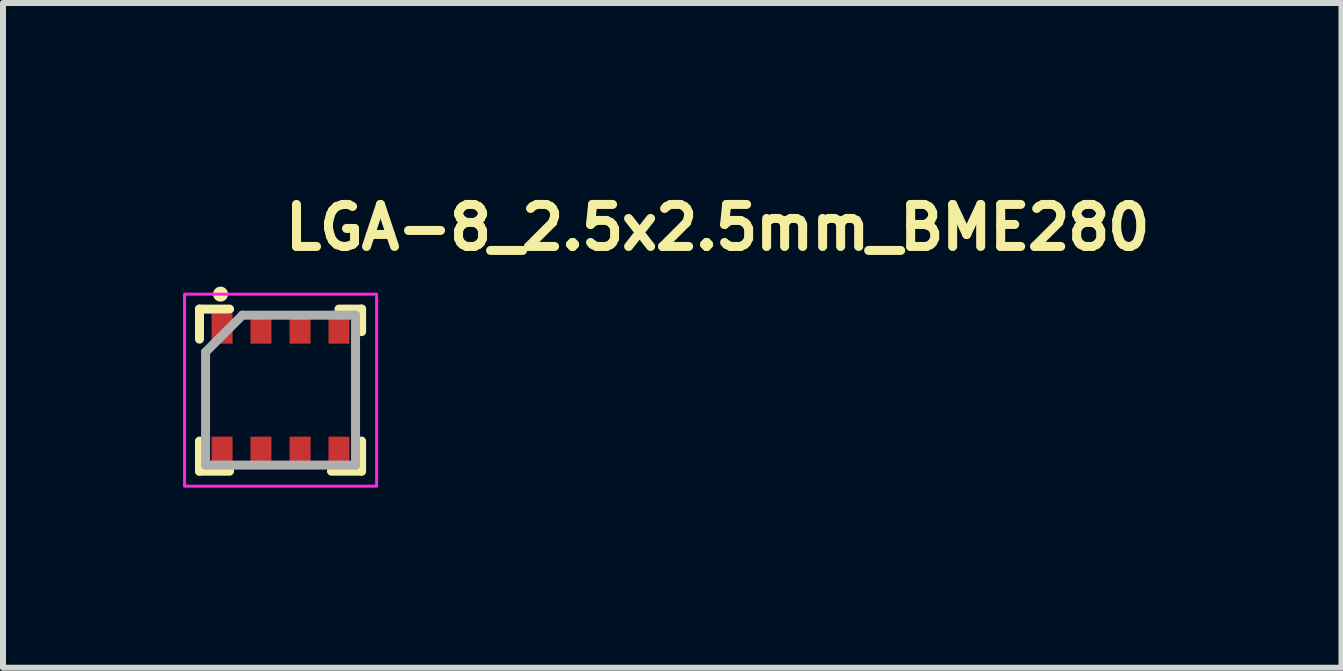
<source format=kicad_pcb>
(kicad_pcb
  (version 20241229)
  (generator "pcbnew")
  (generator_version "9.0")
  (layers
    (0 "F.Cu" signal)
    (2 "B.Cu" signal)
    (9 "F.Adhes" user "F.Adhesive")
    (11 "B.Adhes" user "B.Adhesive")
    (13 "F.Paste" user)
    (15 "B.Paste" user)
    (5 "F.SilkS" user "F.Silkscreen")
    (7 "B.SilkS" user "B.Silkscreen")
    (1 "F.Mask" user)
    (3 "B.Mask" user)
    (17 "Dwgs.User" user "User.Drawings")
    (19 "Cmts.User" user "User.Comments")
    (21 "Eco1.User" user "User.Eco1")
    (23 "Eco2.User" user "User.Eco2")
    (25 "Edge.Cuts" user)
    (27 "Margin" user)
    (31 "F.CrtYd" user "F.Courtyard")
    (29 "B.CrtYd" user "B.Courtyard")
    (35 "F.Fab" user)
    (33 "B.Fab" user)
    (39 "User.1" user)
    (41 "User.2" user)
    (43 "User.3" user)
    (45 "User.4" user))
  (footprint "LGA-8_2.5x2.5mm_BME280"
    (layer "F.Cu")
    (at 1.625 3.451)
    (property "Reference" "LGA-8_2.5x2.5mm_BME280" (at 0 -2.301 0) (layer "F.SilkS") (effects (font (size 0.7 0.7) (thickness 0.15)) (justify left bottom)))
    (attr smd)
    (fp_line (start -1.351 -1.351) (end -1.351 -0.85) (stroke (width 0.15) (type solid)) (layer "F.SilkS"))
    (fp_line (start -1.351 -1.351) (end -0.85 -1.351) (stroke (width 0.15) (type solid)) (layer "F.SilkS"))
    (fp_line (start -1.351 1.35) (end -1.351 0.848) (stroke (width 0.15) (type solid)) (layer "F.SilkS"))
    (fp_line (start -1.351 1.35) (end -0.85 1.35) (stroke (width 0.15) (type solid)) (layer "F.SilkS"))
    (fp_line (start 1.35 -1.351) (end 0.973 -1.351) (stroke (width 0.15) (type solid)) (layer "F.SilkS"))
    (fp_line (start 1.35 -1.351) (end 1.35 -0.975) (stroke (width 0.15) (type solid)) (layer "F.SilkS"))
    (fp_line (start 1.35 1.35) (end 0.848 1.35) (stroke (width 0.15) (type solid)) (layer "F.SilkS"))
    (fp_line (start 1.35 1.35) (end 1.35 0.848) (stroke (width 0.15) (type solid)) (layer "F.SilkS"))
    (fp_circle (center -1 -1.6) (end -0.95 -1.6) (stroke (width 0.15) (type solid)) (fill yes) (layer "F.SilkS"))
    (fp_rect (start -1.6 -1.6) (end 1.6 1.6) (stroke (width 0.05) (type solid)) (fill no) (layer "F.CrtYd"))
    (fp_line (start -1.25 1.249) (end -1.25 -0.635) (stroke (width 0.15) (type solid)) (layer "F.Fab"))
    (fp_line (start -0.635 -1.25) (end -1.25 -0.635) (stroke (width 0.15) (type solid)) (layer "F.Fab"))
    (fp_line (start -0.635 -1.25) (end 1.249 -1.25) (stroke (width 0.15) (type solid)) (layer "F.Fab"))
    (fp_line (start 1.249 -1.25) (end 1.249 1.249) (stroke (width 0.15) (type solid)) (layer "F.Fab"))
    (fp_line (start 1.249 1.249) (end -1.25 1.249) (stroke (width 0.15) (type solid)) (layer "F.Fab"))
    (fp_rect (start -1.25 -1.25) (end 1.249 1.249) (stroke (width 0.1) (type solid)) (fill no) (layer "User.5"))
    (fp_line (start -1.25 -1.25) (end -1.25 1.249) (stroke (width 0.02) (type solid)) (layer "User.9"))
    (fp_line (start -1.25 1.249) (end 1.249 1.249) (stroke (width 0.02) (type solid)) (layer "User.9"))
    (fp_line (start -1.151 -1.043) (end -1.151 -1.037) (stroke (width 0.02) (type solid)) (layer "User.9"))
    (fp_line (start -1.151 -1.037) (end -1.151 -1.031) (stroke (width 0.02) (type solid)) (layer "User.9"))
    (fp_line (start -1.151 -1.031) (end -1.151 -0.802) (stroke (width 0.02) (type solid)) (layer "User.9"))
    (fp_line (start -1.151 -0.802) (end -1.151 0.8) (stroke (width 0.02) (type solid)) (layer "User.9"))
    (fp_line (start -1.151 0.8) (end -1.151 1.03) (stroke (width 0.02) (type solid)) (layer "User.9"))
    (fp_line (start -1.151 1.03) (end -1.151 1.034) (stroke (width 0.02) (type solid)) (layer "User.9"))
    (fp_line (start -1.151 1.034) (end -1.151 1.04) (stroke (width 0.02) (type solid)) (layer "User.9"))
    (fp_line (start -1.151 1.04) (end -1.149 1.046) (stroke (width 0.02) (type solid)) (layer "User.9"))
    (fp_line (start -1.149 -1.055) (end -1.149 -1.049) (stroke (width 0.02) (type solid)) (layer "User.9"))
    (fp_line (start -1.149 -1.049) (end -1.151 -1.043) (stroke (width 0.02) (type solid)) (layer "User.9"))
    (fp_line (start -1.149 1.046) (end -1.149 1.052) (stroke (width 0.02) (type solid)) (layer "User.9"))
    (fp_line (start -1.149 1.052) (end -1.147 1.058) (stroke (width 0.02) (type solid)) (layer "User.9"))
    (fp_line (start -1.147 -1.061) (end -1.149 -1.055) (stroke (width 0.02) (type solid)) (layer "User.9"))
    (fp_line (start -1.147 1.058) (end -1.145 1.064) (stroke (width 0.02) (type solid)) (layer "User.9"))
    (fp_line (start -1.145 -1.065) (end -1.147 -1.061) (stroke (width 0.02) (type solid)) (layer "User.9"))
    (fp_line (start -1.145 1.064) (end -1.143 1.07) (stroke (width 0.02) (type solid)) (layer "User.9"))
    (fp_line (start -1.143 -1.071) (end -1.145 -1.065) (stroke (width 0.02) (type solid)) (layer "User.9"))
    (fp_line (start -1.143 1.07) (end -1.141 1.074) (stroke (width 0.02) (type solid)) (layer "User.9"))
    (fp_line (start -1.141 -1.077) (end -1.143 -1.071) (stroke (width 0.02) (type solid)) (layer "User.9"))
    (fp_line (start -1.141 1.074) (end -1.139 1.08) (stroke (width 0.02) (type solid)) (layer "User.9"))
    (fp_line (start -1.139 -1.083) (end -1.141 -1.077) (stroke (width 0.02) (type solid)) (layer "User.9"))
    (fp_line (start -1.139 1.08) (end -1.137 1.086) (stroke (width 0.02) (type solid)) (layer "User.9"))
    (fp_line (start -1.137 -1.087) (end -1.139 -1.083) (stroke (width 0.02) (type solid)) (layer "User.9"))
    (fp_line (start -1.137 1.086) (end -1.133 1.09) (stroke (width 0.02) (type solid)) (layer "User.9"))
    (fp_line (start -1.133 -1.093) (end -1.137 -1.087) (stroke (width 0.02) (type solid)) (layer "User.9"))
    (fp_line (start -1.133 1.09) (end -1.131 1.096) (stroke (width 0.02) (type solid)) (layer "User.9"))
    (fp_line (start -1.131 -1.097) (end -1.133 -1.093) (stroke (width 0.02) (type solid)) (layer "User.9"))
    (fp_line (start -1.131 1.096) (end -1.127 1.1) (stroke (width 0.02) (type solid)) (layer "User.9"))
    (fp_line (start -1.127 -1.103) (end -1.131 -1.097) (stroke (width 0.02) (type solid)) (layer "User.9"))
    (fp_line (start -1.127 1.1) (end -1.123 1.106) (stroke (width 0.02) (type solid)) (layer "User.9"))
    (fp_line (start -1.123 -1.107) (end -1.127 -1.103) (stroke (width 0.02) (type solid)) (layer "User.9"))
    (fp_line (start -1.123 1.106) (end -1.119 1.11) (stroke (width 0.02) (type solid)) (layer "User.9"))
    (fp_line (start -1.119 -1.111) (end -1.123 -1.107) (stroke (width 0.02) (type solid)) (layer "User.9"))
    (fp_line (start -1.119 1.11) (end -1.115 1.114) (stroke (width 0.02) (type solid)) (layer "User.9"))
    (fp_line (start -1.115 -1.115) (end -1.119 -1.111) (stroke (width 0.02) (type solid)) (layer "User.9"))
    (fp_line (start -1.115 -1.115) (end -1.115 -1.115) (stroke (width 0.02) (type solid)) (layer "User.9"))
    (fp_line (start -1.115 1.114) (end -1.115 1.114) (stroke (width 0.02) (type solid)) (layer "User.9"))
    (fp_line (start -1.115 1.114) (end -1.111 1.118) (stroke (width 0.02) (type solid)) (layer "User.9"))
    (fp_line (start -1.111 -1.119) (end -1.115 -1.115) (stroke (width 0.02) (type solid)) (layer "User.9"))
    (fp_line (start -1.111 1.118) (end -1.107 1.122) (stroke (width 0.02) (type solid)) (layer "User.9"))
    (fp_line (start -1.107 -1.123) (end -1.111 -1.119) (stroke (width 0.02) (type solid)) (layer "User.9"))
    (fp_line (start -1.107 1.122) (end -1.103 1.126) (stroke (width 0.02) (type solid)) (layer "User.9"))
    (fp_line (start -1.103 -1.127) (end -1.107 -1.123) (stroke (width 0.02) (type solid)) (layer "User.9"))
    (fp_line (start -1.103 1.126) (end -1.097 1.128) (stroke (width 0.02) (type solid)) (layer "User.9"))
    (fp_line (start -1.101 -0.816) (end -1.099 -0.831) (stroke (width 0.02) (type solid)) (layer "User.9"))
    (fp_line (start -1.101 -0.802) (end -1.101 -0.816) (stroke (width 0.02) (type solid)) (layer "User.9"))
    (fp_line (start -1.101 0.8) (end -1.101 -0.802) (stroke (width 0.02) (type solid)) (layer "User.9"))
    (fp_line (start -1.101 0.814) (end -1.101 0.8) (stroke (width 0.02) (type solid)) (layer "User.9"))
    (fp_line (start -1.099 -0.831) (end -1.097 -0.845) (stroke (width 0.02) (type solid)) (layer "User.9"))
    (fp_line (start -1.099 0.829) (end -1.101 0.814) (stroke (width 0.02) (type solid)) (layer "User.9"))
    (fp_line (start -1.097 -1.131) (end -1.103 -1.127) (stroke (width 0.02) (type solid)) (layer "User.9"))
    (fp_line (start -1.097 -0.845) (end -1.095 -0.859) (stroke (width 0.02) (type solid)) (layer "User.9"))
    (fp_line (start -1.097 0.843) (end -1.099 0.829) (stroke (width 0.02) (type solid)) (layer "User.9"))
    (fp_line (start -1.097 1.128) (end -1.093 1.132) (stroke (width 0.02) (type solid)) (layer "User.9"))
    (fp_line (start -1.095 -0.859) (end -1.091 -0.874) (stroke (width 0.02) (type solid)) (layer "User.9"))
    (fp_line (start -1.095 0.857) (end -1.097 0.843) (stroke (width 0.02) (type solid)) (layer "User.9"))
    (fp_line (start -1.093 -1.133) (end -1.097 -1.131) (stroke (width 0.02) (type solid)) (layer "User.9"))
    (fp_line (start -1.093 1.132) (end -1.087 1.134) (stroke (width 0.02) (type solid)) (layer "User.9"))
    (fp_line (start -1.091 -0.874) (end -1.089 -0.888) (stroke (width 0.02) (type solid)) (layer "User.9"))
    (fp_line (start -1.091 0.872) (end -1.095 0.857) (stroke (width 0.02) (type solid)) (layer "User.9"))
    (fp_line (start -1.089 -0.888) (end -1.083 -0.903) (stroke (width 0.02) (type solid)) (layer "User.9"))
    (fp_line (start -1.089 0.886) (end -1.091 0.872) (stroke (width 0.02) (type solid)) (layer "User.9"))
    (fp_line (start -1.087 -1.137) (end -1.093 -1.133) (stroke (width 0.02) (type solid)) (layer "User.9"))
    (fp_line (start -1.087 1.134) (end -1.083 1.138) (stroke (width 0.02) (type solid)) (layer "User.9"))
    (fp_line (start -1.083 -1.139) (end -1.087 -1.137) (stroke (width 0.02) (type solid)) (layer "User.9"))
    (fp_line (start -1.083 -0.903) (end -1.079 -0.916) (stroke (width 0.02) (type solid)) (layer "User.9"))
    (fp_line (start -1.083 0.901) (end -1.089 0.886) (stroke (width 0.02) (type solid)) (layer "User.9"))
    (fp_line (start -1.083 1.138) (end -1.077 1.14) (stroke (width 0.02) (type solid)) (layer "User.9"))
    (fp_line (start -1.079 -0.916) (end -1.073 -0.93) (stroke (width 0.02) (type solid)) (layer "User.9"))
    (fp_line (start -1.079 0.914) (end -1.083 0.901) (stroke (width 0.02) (type solid)) (layer "User.9"))
    (fp_line (start -1.077 -1.141) (end -1.083 -1.139) (stroke (width 0.02) (type solid)) (layer "User.9"))
    (fp_line (start -1.077 1.14) (end -1.071 1.142) (stroke (width 0.02) (type solid)) (layer "User.9"))
    (fp_line (start -1.073 -0.93) (end -1.065 -0.943) (stroke (width 0.02) (type solid)) (layer "User.9"))
    (fp_line (start -1.073 0.928) (end -1.079 0.914) (stroke (width 0.02) (type solid)) (layer "User.9"))
    (fp_line (start -1.071 -1.143) (end -1.077 -1.141) (stroke (width 0.02) (type solid)) (layer "User.9"))
    (fp_line (start -1.071 1.142) (end -1.065 1.144) (stroke (width 0.02) (type solid)) (layer "User.9"))
    (fp_line (start -1.065 -1.145) (end -1.071 -1.143) (stroke (width 0.02) (type solid)) (layer "User.9"))
    (fp_line (start -1.065 -0.943) (end -1.059 -0.956) (stroke (width 0.02) (type solid)) (layer "User.9"))
    (fp_line (start -1.065 0.941) (end -1.073 0.928) (stroke (width 0.02) (type solid)) (layer "User.9"))
    (fp_line (start -1.065 1.144) (end -1.061 1.146) (stroke (width 0.02) (type solid)) (layer "User.9"))
    (fp_line (start -1.061 -1.147) (end -1.065 -1.145) (stroke (width 0.02) (type solid)) (layer "User.9"))
    (fp_line (start -1.061 1.146) (end -1.055 1.146) (stroke (width 0.02) (type solid)) (layer "User.9"))
    (fp_line (start -1.059 -0.956) (end -1.051 -0.967) (stroke (width 0.02) (type solid)) (layer "User.9"))
    (fp_line (start -1.059 0.954) (end -1.065 0.941) (stroke (width 0.02) (type solid)) (layer "User.9"))
    (fp_line (start -1.055 -1.149) (end -1.061 -1.147) (stroke (width 0.02) (type solid)) (layer "User.9"))
    (fp_line (start -1.055 1.146) (end -1.049 1.148) (stroke (width 0.02) (type solid)) (layer "User.9"))
    (fp_line (start -1.051 -0.967) (end -1.043 -0.979) (stroke (width 0.02) (type solid)) (layer "User.9"))
    (fp_line (start -1.051 0.965) (end -1.059 0.954) (stroke (width 0.02) (type solid)) (layer "User.9"))
    (fp_line (start -1.049 -1.149) (end -1.055 -1.149) (stroke (width 0.02) (type solid)) (layer "User.9"))
    (fp_line (start -1.049 1.148) (end -1.043 1.148) (stroke (width 0.02) (type solid)) (layer "User.9"))
    (fp_line (start -1.043 -1.151) (end -1.049 -1.149) (stroke (width 0.02) (type solid)) (layer "User.9"))
    (fp_line (start -1.043 -0.979) (end -1.033 -0.991) (stroke (width 0.02) (type solid)) (layer "User.9"))
    (fp_line (start -1.043 0.977) (end -1.051 0.965) (stroke (width 0.02) (type solid)) (layer "User.9"))
    (fp_line (start -1.043 1.148) (end -1.037 1.148) (stroke (width 0.02) (type solid)) (layer "User.9"))
    (fp_line (start -1.037 -1.151) (end -1.043 -1.151) (stroke (width 0.02) (type solid)) (layer "User.9"))
    (fp_line (start -1.037 1.148) (end -1.031 1.148) (stroke (width 0.02) (type solid)) (layer "User.9"))
    (fp_line (start -1.033 -0.991) (end -1.024 -1.002) (stroke (width 0.02) (type solid)) (layer "User.9"))
    (fp_line (start -1.033 0.989) (end -1.043 0.977) (stroke (width 0.02) (type solid)) (layer "User.9"))
    (fp_line (start -1.031 -1.151) (end -1.037 -1.151) (stroke (width 0.02) (type solid)) (layer "User.9"))
    (fp_line (start -1.031 1.148) (end -0.802 1.148) (stroke (width 0.02) (type solid)) (layer "User.9"))
    (fp_line (start -1.024 -1.002) (end -1.014 -1.014) (stroke (width 0.02) (type solid)) (layer "User.9"))
    (fp_line (start -1.024 1.001) (end -1.033 0.989) (stroke (width 0.02) (type solid)) (layer "User.9"))
    (fp_line (start -1.014 -1.014) (end -1.014 -1.014) (stroke (width 0.02) (type solid)) (layer "User.9"))
    (fp_line (start -1.014 -1.014) (end -1.002 -1.024) (stroke (width 0.02) (type solid)) (layer "User.9"))
    (fp_line (start -1.014 1.011) (end -1.024 1.001) (stroke (width 0.02) (type solid)) (layer "User.9"))
    (fp_line (start -1.014 1.011) (end -1.014 1.011) (stroke (width 0.02) (type solid)) (layer "User.9"))
    (fp_line (start -1.002 -1.024) (end -0.991 -1.033) (stroke (width 0.02) (type solid)) (layer "User.9"))
    (fp_line (start -1.002 1.021) (end -1.014 1.011) (stroke (width 0.02) (type solid)) (layer "User.9"))
    (fp_line (start -0.991 -1.033) (end -0.979 -1.043) (stroke (width 0.02) (type solid)) (layer "User.9"))
    (fp_line (start -0.991 1.032) (end -1.002 1.021) (stroke (width 0.02) (type solid)) (layer "User.9"))
    (fp_line (start -0.979 -1.043) (end -0.967 -1.051) (stroke (width 0.02) (type solid)) (layer "User.9"))
    (fp_line (start -0.979 1.04) (end -0.991 1.032) (stroke (width 0.02) (type solid)) (layer "User.9"))
    (fp_line (start -0.967 -1.051) (end -0.956 -1.059) (stroke (width 0.02) (type solid)) (layer "User.9"))
    (fp_line (start -0.967 1.048) (end -0.979 1.04) (stroke (width 0.02) (type solid)) (layer "User.9"))
    (fp_line (start -0.956 -1.059) (end -0.943 -1.065) (stroke (width 0.02) (type solid)) (layer "User.9"))
    (fp_line (start -0.956 1.056) (end -0.967 1.048) (stroke (width 0.02) (type solid)) (layer "User.9"))
    (fp_line (start -0.943 -1.065) (end -0.93 -1.073) (stroke (width 0.02) (type solid)) (layer "User.9"))
    (fp_line (start -0.943 1.064) (end -0.956 1.056) (stroke (width 0.02) (type solid)) (layer "User.9"))
    (fp_line (start -0.93 -1.073) (end -0.916 -1.079) (stroke (width 0.02) (type solid)) (layer "User.9"))
    (fp_line (start -0.93 1.07) (end -0.943 1.064) (stroke (width 0.02) (type solid)) (layer "User.9"))
    (fp_line (start -0.916 -1.079) (end -0.903 -1.083) (stroke (width 0.02) (type solid)) (layer "User.9"))
    (fp_line (start -0.916 1.076) (end -0.93 1.07) (stroke (width 0.02) (type solid)) (layer "User.9"))
    (fp_line (start -0.903 -1.083) (end -0.888 -1.089) (stroke (width 0.02) (type solid)) (layer "User.9"))
    (fp_line (start -0.903 1.082) (end -0.916 1.076) (stroke (width 0.02) (type solid)) (layer "User.9"))
    (fp_line (start -0.888 -1.089) (end -0.874 -1.091) (stroke (width 0.02) (type solid)) (layer "User.9"))
    (fp_line (start -0.888 1.086) (end -0.903 1.082) (stroke (width 0.02) (type solid)) (layer "User.9"))
    (fp_line (start -0.874 -1.091) (end -0.859 -1.095) (stroke (width 0.02) (type solid)) (layer "User.9"))
    (fp_line (start -0.874 1.09) (end -0.888 1.086) (stroke (width 0.02) (type solid)) (layer "User.9"))
    (fp_line (start -0.859 -1.095) (end -0.845 -1.097) (stroke (width 0.02) (type solid)) (layer "User.9"))
    (fp_line (start -0.859 1.094) (end -0.874 1.09) (stroke (width 0.02) (type solid)) (layer "User.9"))
    (fp_line (start -0.845 -1.097) (end -0.831 -1.099) (stroke (width 0.02) (type solid)) (layer "User.9"))
    (fp_line (start -0.845 1.096) (end -0.859 1.094) (stroke (width 0.02) (type solid)) (layer "User.9"))
    (fp_line (start -0.831 -1.099) (end -0.816 -1.101) (stroke (width 0.02) (type solid)) (layer "User.9"))
    (fp_line (start -0.831 1.098) (end -0.845 1.096) (stroke (width 0.02) (type solid)) (layer "User.9"))
    (fp_line (start -0.816 -1.101) (end -0.802 -1.101) (stroke (width 0.02) (type solid)) (layer "User.9"))
    (fp_line (start -0.816 1.098) (end -0.831 1.098) (stroke (width 0.02) (type solid)) (layer "User.9"))
    (fp_line (start -0.802 -1.151) (end -1.031 -1.151) (stroke (width 0.02) (type solid)) (layer "User.9"))
    (fp_line (start -0.802 -1.101) (end 0.8 -1.101) (stroke (width 0.02) (type solid)) (layer "User.9"))
    (fp_line (start -0.802 1.1) (end -0.816 1.098) (stroke (width 0.02) (type solid)) (layer "User.9"))
    (fp_line (start -0.802 1.148) (end 0.8 1.148) (stroke (width 0.02) (type solid)) (layer "User.9"))
    (fp_line (start 0.474 -0.012) (end 0.475 -0.003) (stroke (width 0.02) (type solid)) (layer "User.9"))
    (fp_line (start 0.475 -0.022) (end 0.474 -0.012) (stroke (width 0.02) (type solid)) (layer "User.9"))
    (fp_line (start 0.475 -0.003) (end 0.476 0.007) (stroke (width 0.02) (type solid)) (layer "User.9"))
    (fp_line (start 0.476 -0.032) (end 0.475 -0.022) (stroke (width 0.02) (type solid)) (layer "User.9"))
    (fp_line (start 0.476 0.007) (end 0.477 0.016) (stroke (width 0.02) (type solid)) (layer "User.9"))
    (fp_line (start 0.477 -0.042) (end 0.476 -0.032) (stroke (width 0.02) (type solid)) (layer "User.9"))
    (fp_line (start 0.477 0.016) (end 0.479 0.026) (stroke (width 0.02) (type solid)) (layer "User.9"))
    (fp_line (start 0.479 -0.052) (end 0.477 -0.042) (stroke (width 0.02) (type solid)) (layer "User.9"))
    (fp_line (start 0.479 0.026) (end 0.481 0.035) (stroke (width 0.02) (type solid)) (layer "User.9"))
    (fp_line (start 0.481 -0.06) (end 0.479 -0.052) (stroke (width 0.02) (type solid)) (layer "User.9"))
    (fp_line (start 0.481 0.035) (end 0.485 0.044) (stroke (width 0.02) (type solid)) (layer "User.9"))
    (fp_line (start 0.485 -0.071) (end 0.481 -0.06) (stroke (width 0.02) (type solid)) (layer "User.9"))
    (fp_line (start 0.485 0.044) (end 0.489 0.053) (stroke (width 0.02) (type solid)) (layer "User.9"))
    (fp_line (start 0.489 -0.079) (end 0.485 -0.071) (stroke (width 0.02) (type solid)) (layer "User.9"))
    (fp_line (start 0.489 0.053) (end 0.494 0.061) (stroke (width 0.02) (type solid)) (layer "User.9"))
    (fp_line (start 0.494 -0.088) (end 0.489 -0.079) (stroke (width 0.02) (type solid)) (layer "User.9"))
    (fp_line (start 0.494 -0.088) (end 0.494 -0.088) (stroke (width 0.02) (type solid)) (layer "User.9"))
    (fp_line (start 0.494 0.061) (end 0.494 0.061) (stroke (width 0.02) (type solid)) (layer "User.9"))
    (fp_line (start 0.494 0.061) (end 0.496 0.067) (stroke (width 0.02) (type solid)) (layer "User.9"))
    (fp_line (start 0.496 0.067) (end 0.499 0.071) (stroke (width 0.02) (type solid)) (layer "User.9"))
    (fp_line (start 0.499 -0.096) (end 0.494 -0.088) (stroke (width 0.02) (type solid)) (layer "User.9"))
    (fp_line (start 0.499 0.071) (end 0.502 0.074) (stroke (width 0.02) (type solid)) (layer "User.9"))
    (fp_line (start 0.502 0.074) (end 0.505 0.078) (stroke (width 0.02) (type solid)) (layer "User.9"))
    (fp_line (start 0.505 -0.105) (end 0.499 -0.096) (stroke (width 0.02) (type solid)) (layer "User.9"))
    (fp_line (start 0.505 0.078) (end 0.508 0.083) (stroke (width 0.02) (type solid)) (layer "User.9"))
    (fp_line (start 0.508 0.083) (end 0.512 0.087) (stroke (width 0.02) (type solid)) (layer "User.9"))
    (fp_line (start 0.512 -0.112) (end 0.505 -0.105) (stroke (width 0.02) (type solid)) (layer "User.9"))
    (fp_line (start 0.512 0.087) (end 0.515 0.089) (stroke (width 0.02) (type solid)) (layer "User.9"))
    (fp_line (start 0.515 0.089) (end 0.519 0.093) (stroke (width 0.02) (type solid)) (layer "User.9"))
    (fp_line (start 0.519 -0.12) (end 0.512 -0.112) (stroke (width 0.02) (type solid)) (layer "User.9"))
    (fp_line (start 0.519 0.093) (end 0.522 0.097) (stroke (width 0.02) (type solid)) (layer "User.9"))
    (fp_line (start 0.522 0.097) (end 0.526 0.1) (stroke (width 0.02) (type solid)) (layer "User.9"))
    (fp_line (start 0.526 -0.125) (end 0.519 -0.12) (stroke (width 0.02) (type solid)) (layer "User.9"))
    (fp_line (start 0.526 0.1) (end 0.53 0.104) (stroke (width 0.02) (type solid)) (layer "User.9"))
    (fp_line (start 0.53 0.104) (end 0.533 0.106) (stroke (width 0.02) (type solid)) (layer "User.9"))
    (fp_line (start 0.533 -0.133) (end 0.526 -0.125) (stroke (width 0.02) (type solid)) (layer "User.9"))
    (fp_line (start 0.533 0.106) (end 0.537 0.109) (stroke (width 0.02) (type solid)) (layer "User.9"))
    (fp_line (start 0.537 0.109) (end 0.541 0.112) (stroke (width 0.02) (type solid)) (layer "User.9"))
    (fp_line (start 0.541 -0.138) (end 0.533 -0.133) (stroke (width 0.02) (type solid)) (layer "User.9"))
    (fp_line (start 0.541 0.112) (end 0.545 0.115) (stroke (width 0.02) (type solid)) (layer "User.9"))
    (fp_line (start 0.545 0.115) (end 0.55 0.117) (stroke (width 0.02) (type solid)) (layer "User.9"))
    (fp_line (start 0.55 -0.143) (end 0.541 -0.138) (stroke (width 0.02) (type solid)) (layer "User.9"))
    (fp_line (start 0.55 0.117) (end 0.554 0.119) (stroke (width 0.02) (type solid)) (layer "User.9"))
    (fp_line (start 0.554 0.119) (end 0.558 0.121) (stroke (width 0.02) (type solid)) (layer "User.9"))
    (fp_line (start 0.558 -0.147) (end 0.55 -0.143) (stroke (width 0.02) (type solid)) (layer "User.9"))
    (fp_line (start 0.558 0.121) (end 0.562 0.123) (stroke (width 0.02) (type solid)) (layer "User.9"))
    (fp_line (start 0.562 0.123) (end 0.567 0.125) (stroke (width 0.02) (type solid)) (layer "User.9"))
    (fp_line (start 0.567 -0.151) (end 0.558 -0.147) (stroke (width 0.02) (type solid)) (layer "User.9"))
    (fp_line (start 0.567 0.125) (end 0.571 0.128) (stroke (width 0.02) (type solid)) (layer "User.9"))
    (fp_line (start 0.571 0.128) (end 0.576 0.129) (stroke (width 0.02) (type solid)) (layer "User.9"))
    (fp_line (start 0.576 -0.154) (end 0.567 -0.151) (stroke (width 0.02) (type solid)) (layer "User.9"))
    (fp_line (start 0.576 0.129) (end 0.58 0.131) (stroke (width 0.02) (type solid)) (layer "User.9"))
    (fp_line (start 0.58 0.131) (end 0.584 0.132) (stroke (width 0.02) (type solid)) (layer "User.9"))
    (fp_line (start 0.584 -0.157) (end 0.576 -0.154) (stroke (width 0.02) (type solid)) (layer "User.9"))
    (fp_line (start 0.584 0.132) (end 0.589 0.134) (stroke (width 0.02) (type solid)) (layer "User.9"))
    (fp_line (start 0.589 0.134) (end 0.594 0.135) (stroke (width 0.02) (type solid)) (layer "User.9"))
    (fp_line (start 0.594 -0.16) (end 0.584 -0.157) (stroke (width 0.02) (type solid)) (layer "User.9"))
    (fp_line (start 0.594 0.135) (end 0.599 0.135) (stroke (width 0.02) (type solid)) (layer "User.9"))
    (fp_line (start 0.599 0.135) (end 0.604 0.136) (stroke (width 0.02) (type solid)) (layer "User.9"))
    (fp_line (start 0.604 -0.162) (end 0.594 -0.16) (stroke (width 0.02) (type solid)) (layer "User.9"))
    (fp_line (start 0.604 0.136) (end 0.609 0.137) (stroke (width 0.02) (type solid)) (layer "User.9"))
    (fp_line (start 0.609 0.137) (end 0.614 0.137) (stroke (width 0.02) (type solid)) (layer "User.9"))
    (fp_line (start 0.614 -0.163) (end 0.604 -0.162) (stroke (width 0.02) (type solid)) (layer "User.9"))
    (fp_line (start 0.614 0.137) (end 0.618 0.137) (stroke (width 0.02) (type solid)) (layer "User.9"))
    (fp_line (start 0.618 0.137) (end 0.623 0.138) (stroke (width 0.02) (type solid)) (layer "User.9"))
    (fp_line (start 0.623 -0.164) (end 0.614 -0.163) (stroke (width 0.02) (type solid)) (layer "User.9"))
    (fp_line (start 0.623 0.138) (end 0.633 0.137) (stroke (width 0.02) (type solid)) (layer "User.9"))
    (fp_line (start 0.629 -0.163) (end 0.623 -0.164) (stroke (width 0.02) (type solid)) (layer "User.9"))
    (fp_line (start 0.633 -0.163) (end 0.629 -0.163) (stroke (width 0.02) (type solid)) (layer "User.9"))
    (fp_line (start 0.633 0.137) (end 0.644 0.136) (stroke (width 0.02) (type solid)) (layer "User.9"))
    (fp_line (start 0.638 -0.163) (end 0.633 -0.163) (stroke (width 0.02) (type solid)) (layer "User.9"))
    (fp_line (start 0.644 -0.162) (end 0.638 -0.163) (stroke (width 0.02) (type solid)) (layer "User.9"))
    (fp_line (start 0.644 0.136) (end 0.654 0.135) (stroke (width 0.02) (type solid)) (layer "User.9"))
    (fp_line (start 0.649 -0.16) (end 0.644 -0.162) (stroke (width 0.02) (type solid)) (layer "User.9"))
    (fp_line (start 0.654 -0.16) (end 0.649 -0.16) (stroke (width 0.02) (type solid)) (layer "User.9"))
    (fp_line (start 0.654 0.135) (end 0.664 0.132) (stroke (width 0.02) (type solid)) (layer "User.9"))
    (fp_line (start 0.659 -0.159) (end 0.654 -0.16) (stroke (width 0.02) (type solid)) (layer "User.9"))
    (fp_line (start 0.664 -0.157) (end 0.659 -0.159) (stroke (width 0.02) (type solid)) (layer "User.9"))
    (fp_line (start 0.664 0.132) (end 0.673 0.129) (stroke (width 0.02) (type solid)) (layer "User.9"))
    (fp_line (start 0.668 -0.156) (end 0.664 -0.157) (stroke (width 0.02) (type solid)) (layer "User.9"))
    (fp_line (start 0.673 -0.154) (end 0.668 -0.156) (stroke (width 0.02) (type solid)) (layer "User.9"))
    (fp_line (start 0.673 0.129) (end 0.682 0.125) (stroke (width 0.02) (type solid)) (layer "User.9"))
    (fp_line (start 0.678 -0.153) (end 0.673 -0.154) (stroke (width 0.02) (type solid)) (layer "User.9"))
    (fp_line (start 0.682 -0.151) (end 0.678 -0.153) (stroke (width 0.02) (type solid)) (layer "User.9"))
    (fp_line (start 0.682 0.125) (end 0.691 0.121) (stroke (width 0.02) (type solid)) (layer "User.9"))
    (fp_line (start 0.687 -0.149) (end 0.682 -0.151) (stroke (width 0.02) (type solid)) (layer "User.9"))
    (fp_line (start 0.691 -0.147) (end 0.687 -0.149) (stroke (width 0.02) (type solid)) (layer "User.9"))
    (fp_line (start 0.691 0.121) (end 0.699 0.117) (stroke (width 0.02) (type solid)) (layer "User.9"))
    (fp_line (start 0.695 -0.145) (end 0.691 -0.147) (stroke (width 0.02) (type solid)) (layer "User.9"))
    (fp_line (start 0.699 -0.143) (end 0.695 -0.145) (stroke (width 0.02) (type solid)) (layer "User.9"))
    (fp_line (start 0.699 0.117) (end 0.707 0.112) (stroke (width 0.02) (type solid)) (layer "User.9"))
    (fp_line (start 0.703 -0.141) (end 0.699 -0.143) (stroke (width 0.02) (type solid)) (layer "User.9"))
    (fp_line (start 0.707 -0.138) (end 0.703 -0.141) (stroke (width 0.02) (type solid)) (layer "User.9"))
    (fp_line (start 0.707 0.112) (end 0.715 0.106) (stroke (width 0.02) (type solid)) (layer "User.9"))
    (fp_line (start 0.711 -0.136) (end 0.707 -0.138) (stroke (width 0.02) (type solid)) (layer "User.9"))
    (fp_line (start 0.715 -0.133) (end 0.711 -0.136) (stroke (width 0.02) (type solid)) (layer "User.9"))
    (fp_line (start 0.715 0.106) (end 0.722 0.1) (stroke (width 0.02) (type solid)) (layer "User.9"))
    (fp_line (start 0.718 -0.13) (end 0.715 -0.133) (stroke (width 0.02) (type solid)) (layer "User.9"))
    (fp_line (start 0.722 -0.125) (end 0.718 -0.13) (stroke (width 0.02) (type solid)) (layer "User.9"))
    (fp_line (start 0.722 0.1) (end 0.729 0.093) (stroke (width 0.02) (type solid)) (layer "User.9"))
    (fp_line (start 0.726 -0.122) (end 0.722 -0.125) (stroke (width 0.02) (type solid)) (layer "User.9"))
    (fp_line (start 0.729 -0.12) (end 0.726 -0.122) (stroke (width 0.02) (type solid)) (layer "User.9"))
    (fp_line (start 0.729 0.093) (end 0.736 0.087) (stroke (width 0.02) (type solid)) (layer "User.9"))
    (fp_line (start 0.733 -0.116) (end 0.729 -0.12) (stroke (width 0.02) (type solid)) (layer "User.9"))
    (fp_line (start 0.736 -0.112) (end 0.733 -0.116) (stroke (width 0.02) (type solid)) (layer "User.9"))
    (fp_line (start 0.736 0.087) (end 0.742 0.078) (stroke (width 0.02) (type solid)) (layer "User.9"))
    (fp_line (start 0.739 -0.108) (end 0.736 -0.112) (stroke (width 0.02) (type solid)) (layer "User.9"))
    (fp_line (start 0.742 -0.105) (end 0.739 -0.108) (stroke (width 0.02) (type solid)) (layer "User.9"))
    (fp_line (start 0.742 0.078) (end 0.748 0.071) (stroke (width 0.02) (type solid)) (layer "User.9"))
    (fp_line (start 0.745 -0.101) (end 0.742 -0.105) (stroke (width 0.02) (type solid)) (layer "User.9"))
    (fp_line (start 0.748 -0.096) (end 0.745 -0.101) (stroke (width 0.02) (type solid)) (layer "User.9"))
    (fp_line (start 0.748 0.071) (end 0.753 0.061) (stroke (width 0.02) (type solid)) (layer "User.9"))
    (fp_line (start 0.751 -0.092) (end 0.748 -0.096) (stroke (width 0.02) (type solid)) (layer "User.9"))
    (fp_line (start 0.753 -0.088) (end 0.751 -0.092) (stroke (width 0.02) (type solid)) (layer "User.9"))
    (fp_line (start 0.753 -0.088) (end 0.753 -0.088) (stroke (width 0.02) (type solid)) (layer "User.9"))
    (fp_line (start 0.753 0.061) (end 0.753 0.061) (stroke (width 0.02) (type solid)) (layer "User.9"))
    (fp_line (start 0.753 0.061) (end 0.758 0.053) (stroke (width 0.02) (type solid)) (layer "User.9"))
    (fp_line (start 0.758 -0.079) (end 0.753 -0.088) (stroke (width 0.02) (type solid)) (layer "User.9"))
    (fp_line (start 0.758 0.053) (end 0.762 0.044) (stroke (width 0.02) (type solid)) (layer "User.9"))
    (fp_line (start 0.762 -0.071) (end 0.758 -0.079) (stroke (width 0.02) (type solid)) (layer "User.9"))
    (fp_line (start 0.762 0.044) (end 0.766 0.035) (stroke (width 0.02) (type solid)) (layer "User.9"))
    (fp_line (start 0.766 -0.06) (end 0.762 -0.071) (stroke (width 0.02) (type solid)) (layer "User.9"))
    (fp_line (start 0.766 0.035) (end 0.769 0.026) (stroke (width 0.02) (type solid)) (layer "User.9"))
    (fp_line (start 0.769 -0.052) (end 0.766 -0.06) (stroke (width 0.02) (type solid)) (layer "User.9"))
    (fp_line (start 0.769 0.026) (end 0.772 0.016) (stroke (width 0.02) (type solid)) (layer "User.9"))
    (fp_line (start 0.772 -0.042) (end 0.769 -0.052) (stroke (width 0.02) (type solid)) (layer "User.9"))
    (fp_line (start 0.772 0.016) (end 0.773 0.007) (stroke (width 0.02) (type solid)) (layer "User.9"))
    (fp_line (start 0.773 -0.032) (end 0.772 -0.042) (stroke (width 0.02) (type solid)) (layer "User.9"))
    (fp_line (start 0.773 0.007) (end 0.774 -0.003) (stroke (width 0.02) (type solid)) (layer "User.9"))
    (fp_line (start 0.774 -0.022) (end 0.773 -0.032) (stroke (width 0.02) (type solid)) (layer "User.9"))
    (fp_line (start 0.774 -0.003) (end 0.775 -0.012) (stroke (width 0.02) (type solid)) (layer "User.9"))
    (fp_line (start 0.775 -0.012) (end 0.774 -0.022) (stroke (width 0.02) (type solid)) (layer "User.9"))
    (fp_line (start 0.8 -1.151) (end -0.802 -1.151) (stroke (width 0.02) (type solid)) (layer "User.9"))
    (fp_line (start 0.8 -1.101) (end 0.814 -1.101) (stroke (width 0.02) (type solid)) (layer "User.9"))
    (fp_line (start 0.8 1.1) (end -0.802 1.1) (stroke (width 0.02) (type solid)) (layer "User.9"))
    (fp_line (start 0.8 1.148) (end 1.03 1.148) (stroke (width 0.02) (type solid)) (layer "User.9"))
    (fp_line (start 0.814 -1.101) (end 0.829 -1.099) (stroke (width 0.02) (type solid)) (layer "User.9"))
    (fp_line (start 0.814 1.098) (end 0.8 1.1) (stroke (width 0.02) (type solid)) (layer "User.9"))
    (fp_line (start 0.829 -1.099) (end 0.843 -1.097) (stroke (width 0.02) (type solid)) (layer "User.9"))
    (fp_line (start 0.829 1.098) (end 0.814 1.098) (stroke (width 0.02) (type solid)) (layer "User.9"))
    (fp_line (start 0.843 -1.097) (end 0.857 -1.095) (stroke (width 0.02) (type solid)) (layer "User.9"))
    (fp_line (start 0.843 1.096) (end 0.829 1.098) (stroke (width 0.02) (type solid)) (layer "User.9"))
    (fp_line (start 0.857 -1.095) (end 0.872 -1.091) (stroke (width 0.02) (type solid)) (layer "User.9"))
    (fp_line (start 0.857 1.094) (end 0.843 1.096) (stroke (width 0.02) (type solid)) (layer "User.9"))
    (fp_line (start 0.872 -1.091) (end 0.886 -1.089) (stroke (width 0.02) (type solid)) (layer "User.9"))
    (fp_line (start 0.872 1.09) (end 0.857 1.094) (stroke (width 0.02) (type solid)) (layer "User.9"))
    (fp_line (start 0.886 -1.089) (end 0.901 -1.083) (stroke (width 0.02) (type solid)) (layer "User.9"))
    (fp_line (start 0.886 1.086) (end 0.872 1.09) (stroke (width 0.02) (type solid)) (layer "User.9"))
    (fp_line (start 0.901 -1.083) (end 0.914 -1.079) (stroke (width 0.02) (type solid)) (layer "User.9"))
    (fp_line (start 0.901 1.082) (end 0.886 1.086) (stroke (width 0.02) (type solid)) (layer "User.9"))
    (fp_line (start 0.914 -1.079) (end 0.928 -1.073) (stroke (width 0.02) (type solid)) (layer "User.9"))
    (fp_line (start 0.914 1.076) (end 0.901 1.082) (stroke (width 0.02) (type solid)) (layer "User.9"))
    (fp_line (start 0.928 -1.073) (end 0.941 -1.065) (stroke (width 0.02) (type solid)) (layer "User.9"))
    (fp_line (start 0.928 1.07) (end 0.914 1.076) (stroke (width 0.02) (type solid)) (layer "User.9"))
    (fp_line (start 0.941 -1.065) (end 0.954 -1.059) (stroke (width 0.02) (type solid)) (layer "User.9"))
    (fp_line (start 0.941 1.064) (end 0.928 1.07) (stroke (width 0.02) (type solid)) (layer "User.9"))
    (fp_line (start 0.954 -1.059) (end 0.965 -1.051) (stroke (width 0.02) (type solid)) (layer "User.9"))
    (fp_line (start 0.954 1.056) (end 0.941 1.064) (stroke (width 0.02) (type solid)) (layer "User.9"))
    (fp_line (start 0.965 -1.051) (end 0.977 -1.043) (stroke (width 0.02) (type solid)) (layer "User.9"))
    (fp_line (start 0.965 1.048) (end 0.954 1.056) (stroke (width 0.02) (type solid)) (layer "User.9"))
    (fp_line (start 0.977 -1.043) (end 0.989 -1.033) (stroke (width 0.02) (type solid)) (layer "User.9"))
    (fp_line (start 0.977 1.04) (end 0.965 1.048) (stroke (width 0.02) (type solid)) (layer "User.9"))
    (fp_line (start 0.989 -1.033) (end 1.001 -1.024) (stroke (width 0.02) (type solid)) (layer "User.9"))
    (fp_line (start 0.989 1.032) (end 0.977 1.04) (stroke (width 0.02) (type solid)) (layer "User.9"))
    (fp_line (start 1.001 -1.024) (end 1.011 -1.014) (stroke (width 0.02) (type solid)) (layer "User.9"))
    (fp_line (start 1.001 1.021) (end 0.989 1.032) (stroke (width 0.02) (type solid)) (layer "User.9"))
    (fp_line (start 1.011 -1.014) (end 1.011 -1.014) (stroke (width 0.02) (type solid)) (layer "User.9"))
    (fp_line (start 1.011 -1.014) (end 1.021 -1.002) (stroke (width 0.02) (type solid)) (layer "User.9"))
    (fp_line (start 1.011 1.011) (end 1.001 1.021) (stroke (width 0.02) (type solid)) (layer "User.9"))
    (fp_line (start 1.011 1.011) (end 1.011 1.011) (stroke (width 0.02) (type solid)) (layer "User.9"))
    (fp_line (start 1.021 -1.002) (end 1.032 -0.991) (stroke (width 0.02) (type solid)) (layer "User.9"))
    (fp_line (start 1.021 1.001) (end 1.011 1.011) (stroke (width 0.02) (type solid)) (layer "User.9"))
    (fp_line (start 1.03 -1.151) (end 0.8 -1.151) (stroke (width 0.02) (type solid)) (layer "User.9"))
    (fp_line (start 1.03 1.148) (end 1.034 1.148) (stroke (width 0.02) (type solid)) (layer "User.9"))
    (fp_line (start 1.032 -0.991) (end 1.04 -0.979) (stroke (width 0.02) (type solid)) (layer "User.9"))
    (fp_line (start 1.032 0.989) (end 1.021 1.001) (stroke (width 0.02) (type solid)) (layer "User.9"))
    (fp_line (start 1.034 -1.151) (end 1.03 -1.151) (stroke (width 0.02) (type solid)) (layer "User.9"))
    (fp_line (start 1.034 1.148) (end 1.04 1.148) (stroke (width 0.02) (type solid)) (layer "User.9"))
    (fp_line (start 1.04 -1.151) (end 1.034 -1.151) (stroke (width 0.02) (type solid)) (layer "User.9"))
    (fp_line (start 1.04 -0.979) (end 1.048 -0.967) (stroke (width 0.02) (type solid)) (layer "User.9"))
    (fp_line (start 1.04 0.977) (end 1.032 0.989) (stroke (width 0.02) (type solid)) (layer "User.9"))
    (fp_line (start 1.04 1.148) (end 1.046 1.148) (stroke (width 0.02) (type solid)) (layer "User.9"))
    (fp_line (start 1.046 -1.149) (end 1.04 -1.151) (stroke (width 0.02) (type solid)) (layer "User.9"))
    (fp_line (start 1.046 1.148) (end 1.052 1.146) (stroke (width 0.02) (type solid)) (layer "User.9"))
    (fp_line (start 1.048 -0.967) (end 1.056 -0.956) (stroke (width 0.02) (type solid)) (layer "User.9"))
    (fp_line (start 1.048 0.965) (end 1.04 0.977) (stroke (width 0.02) (type solid)) (layer "User.9"))
    (fp_line (start 1.052 -1.149) (end 1.046 -1.149) (stroke (width 0.02) (type solid)) (layer "User.9"))
    (fp_line (start 1.052 1.146) (end 1.058 1.146) (stroke (width 0.02) (type solid)) (layer "User.9"))
    (fp_line (start 1.056 -0.956) (end 1.064 -0.943) (stroke (width 0.02) (type solid)) (layer "User.9"))
    (fp_line (start 1.056 0.954) (end 1.048 0.965) (stroke (width 0.02) (type solid)) (layer "User.9"))
    (fp_line (start 1.058 -1.147) (end 1.052 -1.149) (stroke (width 0.02) (type solid)) (layer "User.9"))
    (fp_line (start 1.058 1.146) (end 1.064 1.144) (stroke (width 0.02) (type solid)) (layer "User.9"))
    (fp_line (start 1.064 -1.145) (end 1.058 -1.147) (stroke (width 0.02) (type solid)) (layer "User.9"))
    (fp_line (start 1.064 -0.943) (end 1.07 -0.93) (stroke (width 0.02) (type solid)) (layer "User.9"))
    (fp_line (start 1.064 0.941) (end 1.056 0.954) (stroke (width 0.02) (type solid)) (layer "User.9"))
    (fp_line (start 1.064 1.144) (end 1.07 1.142) (stroke (width 0.02) (type solid)) (layer "User.9"))
    (fp_line (start 1.07 -1.143) (end 1.064 -1.145) (stroke (width 0.02) (type solid)) (layer "User.9"))
    (fp_line (start 1.07 -0.93) (end 1.076 -0.916) (stroke (width 0.02) (type solid)) (layer "User.9"))
    (fp_line (start 1.07 0.928) (end 1.064 0.941) (stroke (width 0.02) (type solid)) (layer "User.9"))
    (fp_line (start 1.07 1.142) (end 1.074 1.14) (stroke (width 0.02) (type solid)) (layer "User.9"))
    (fp_line (start 1.074 -1.141) (end 1.07 -1.143) (stroke (width 0.02) (type solid)) (layer "User.9"))
    (fp_line (start 1.074 1.14) (end 1.08 1.138) (stroke (width 0.02) (type solid)) (layer "User.9"))
    (fp_line (start 1.076 -0.916) (end 1.082 -0.903) (stroke (width 0.02) (type solid)) (layer "User.9"))
    (fp_line (start 1.076 0.914) (end 1.07 0.928) (stroke (width 0.02) (type solid)) (layer "User.9"))
    (fp_line (start 1.08 -1.139) (end 1.074 -1.141) (stroke (width 0.02) (type solid)) (layer "User.9"))
    (fp_line (start 1.08 1.138) (end 1.086 1.134) (stroke (width 0.02) (type solid)) (layer "User.9"))
    (fp_line (start 1.082 -0.903) (end 1.086 -0.888) (stroke (width 0.02) (type solid)) (layer "User.9"))
    (fp_line (start 1.082 0.901) (end 1.076 0.914) (stroke (width 0.02) (type solid)) (layer "User.9"))
    (fp_line (start 1.086 -1.137) (end 1.08 -1.139) (stroke (width 0.02) (type solid)) (layer "User.9"))
    (fp_line (start 1.086 -0.888) (end 1.09 -0.874) (stroke (width 0.02) (type solid)) (layer "User.9"))
    (fp_line (start 1.086 0.886) (end 1.082 0.901) (stroke (width 0.02) (type solid)) (layer "User.9"))
    (fp_line (start 1.086 1.134) (end 1.09 1.132) (stroke (width 0.02) (type solid)) (layer "User.9"))
    (fp_line (start 1.09 -1.133) (end 1.086 -1.137) (stroke (width 0.02) (type solid)) (layer "User.9"))
    (fp_line (start 1.09 -0.874) (end 1.094 -0.859) (stroke (width 0.02) (type solid)) (layer "User.9"))
    (fp_line (start 1.09 0.872) (end 1.086 0.886) (stroke (width 0.02) (type solid)) (layer "User.9"))
    (fp_line (start 1.09 1.132) (end 1.096 1.128) (stroke (width 0.02) (type solid)) (layer "User.9"))
    (fp_line (start 1.094 -0.859) (end 1.096 -0.845) (stroke (width 0.02) (type solid)) (layer "User.9"))
    (fp_line (start 1.094 0.857) (end 1.09 0.872) (stroke (width 0.02) (type solid)) (layer "User.9"))
    (fp_line (start 1.096 -1.131) (end 1.09 -1.133) (stroke (width 0.02) (type solid)) (layer "User.9"))
    (fp_line (start 1.096 -0.845) (end 1.098 -0.831) (stroke (width 0.02) (type solid)) (layer "User.9"))
    (fp_line (start 1.096 0.843) (end 1.094 0.857) (stroke (width 0.02) (type solid)) (layer "User.9"))
    (fp_line (start 1.096 1.128) (end 1.1 1.126) (stroke (width 0.02) (type solid)) (layer "User.9"))
    (fp_line (start 1.098 -0.831) (end 1.098 -0.816) (stroke (width 0.02) (type solid)) (layer "User.9"))
    (fp_line (start 1.098 -0.816) (end 1.1 -0.802) (stroke (width 0.02) (type solid)) (layer "User.9"))
    (fp_line (start 1.098 0.814) (end 1.098 0.829) (stroke (width 0.02) (type solid)) (layer "User.9"))
    (fp_line (start 1.098 0.829) (end 1.096 0.843) (stroke (width 0.02) (type solid)) (layer "User.9"))
    (fp_line (start 1.1 -1.127) (end 1.096 -1.131) (stroke (width 0.02) (type solid)) (layer "User.9"))
    (fp_line (start 1.1 -0.802) (end 1.1 0.8) (stroke (width 0.02) (type solid)) (layer "User.9"))
    (fp_line (start 1.1 0.8) (end 1.098 0.814) (stroke (width 0.02) (type solid)) (layer "User.9"))
    (fp_line (start 1.1 1.126) (end 1.106 1.122) (stroke (width 0.02) (type solid)) (layer "User.9"))
    (fp_line (start 1.106 -1.123) (end 1.1 -1.127) (stroke (width 0.02) (type solid)) (layer "User.9"))
    (fp_line (start 1.106 1.122) (end 1.11 1.118) (stroke (width 0.02) (type solid)) (layer "User.9"))
    (fp_line (start 1.11 -1.119) (end 1.106 -1.123) (stroke (width 0.02) (type solid)) (layer "User.9"))
    (fp_line (start 1.11 1.118) (end 1.114 1.114) (stroke (width 0.02) (type solid)) (layer "User.9"))
    (fp_line (start 1.114 -1.115) (end 1.11 -1.119) (stroke (width 0.02) (type solid)) (layer "User.9"))
    (fp_line (start 1.114 -1.115) (end 1.114 -1.115) (stroke (width 0.02) (type solid)) (layer "User.9"))
    (fp_line (start 1.114 1.114) (end 1.114 1.114) (stroke (width 0.02) (type solid)) (layer "User.9"))
    (fp_line (start 1.114 1.114) (end 1.118 1.11) (stroke (width 0.02) (type solid)) (layer "User.9"))
    (fp_line (start 1.118 -1.111) (end 1.114 -1.115) (stroke (width 0.02) (type solid)) (layer "User.9"))
    (fp_line (start 1.118 1.11) (end 1.122 1.106) (stroke (width 0.02) (type solid)) (layer "User.9"))
    (fp_line (start 1.122 -1.107) (end 1.118 -1.111) (stroke (width 0.02) (type solid)) (layer "User.9"))
    (fp_line (start 1.122 1.106) (end 1.126 1.1) (stroke (width 0.02) (type solid)) (layer "User.9"))
    (fp_line (start 1.126 -1.103) (end 1.122 -1.107) (stroke (width 0.02) (type solid)) (layer "User.9"))
    (fp_line (start 1.126 1.1) (end 1.128 1.096) (stroke (width 0.02) (type solid)) (layer "User.9"))
    (fp_line (start 1.128 -1.097) (end 1.126 -1.103) (stroke (width 0.02) (type solid)) (layer "User.9"))
    (fp_line (start 1.128 1.096) (end 1.132 1.09) (stroke (width 0.02) (type solid)) (layer "User.9"))
    (fp_line (start 1.132 -1.093) (end 1.128 -1.097) (stroke (width 0.02) (type solid)) (layer "User.9"))
    (fp_line (start 1.132 1.09) (end 1.134 1.086) (stroke (width 0.02) (type solid)) (layer "User.9"))
    (fp_line (start 1.134 -1.087) (end 1.132 -1.093) (stroke (width 0.02) (type solid)) (layer "User.9"))
    (fp_line (start 1.134 1.086) (end 1.138 1.08) (stroke (width 0.02) (type solid)) (layer "User.9"))
    (fp_line (start 1.138 -1.083) (end 1.134 -1.087) (stroke (width 0.02) (type solid)) (layer "User.9"))
    (fp_line (start 1.138 1.08) (end 1.14 1.074) (stroke (width 0.02) (type solid)) (layer "User.9"))
    (fp_line (start 1.14 -1.077) (end 1.138 -1.083) (stroke (width 0.02) (type solid)) (layer "User.9"))
    (fp_line (start 1.14 1.074) (end 1.142 1.07) (stroke (width 0.02) (type solid)) (layer "User.9"))
    (fp_line (start 1.142 -1.071) (end 1.14 -1.077) (stroke (width 0.02) (type solid)) (layer "User.9"))
    (fp_line (start 1.142 1.07) (end 1.144 1.064) (stroke (width 0.02) (type solid)) (layer "User.9"))
    (fp_line (start 1.144 -1.065) (end 1.142 -1.071) (stroke (width 0.02) (type solid)) (layer "User.9"))
    (fp_line (start 1.144 1.064) (end 1.146 1.058) (stroke (width 0.02) (type solid)) (layer "User.9"))
    (fp_line (start 1.146 -1.061) (end 1.144 -1.065) (stroke (width 0.02) (type solid)) (layer "User.9"))
    (fp_line (start 1.146 -1.055) (end 1.146 -1.061) (stroke (width 0.02) (type solid)) (layer "User.9"))
    (fp_line (start 1.146 1.052) (end 1.148 1.046) (stroke (width 0.02) (type solid)) (layer "User.9"))
    (fp_line (start 1.146 1.058) (end 1.146 1.052) (stroke (width 0.02) (type solid)) (layer "User.9"))
    (fp_line (start 1.148 -1.049) (end 1.146 -1.055) (stroke (width 0.02) (type solid)) (layer "User.9"))
    (fp_line (start 1.148 -1.043) (end 1.148 -1.049) (stroke (width 0.02) (type solid)) (layer "User.9"))
    (fp_line (start 1.148 -1.037) (end 1.148 -1.043) (stroke (width 0.02) (type solid)) (layer "User.9"))
    (fp_line (start 1.148 -1.031) (end 1.148 -1.037) (stroke (width 0.02) (type solid)) (layer "User.9"))
    (fp_line (start 1.148 -0.802) (end 1.148 -1.031) (stroke (width 0.02) (type solid)) (layer "User.9"))
    (fp_line (start 1.148 0.8) (end 1.148 -0.802) (stroke (width 0.02) (type solid)) (layer "User.9"))
    (fp_line (start 1.148 1.03) (end 1.148 0.8) (stroke (width 0.02) (type solid)) (layer "User.9"))
    (fp_line (start 1.148 1.034) (end 1.148 1.03) (stroke (width 0.02) (type solid)) (layer "User.9"))
    (fp_line (start 1.148 1.04) (end 1.148 1.034) (stroke (width 0.02) (type solid)) (layer "User.9"))
    (fp_line (start 1.148 1.046) (end 1.148 1.04) (stroke (width 0.02) (type solid)) (layer "User.9"))
    (fp_line (start 1.249 -1.25) (end -1.25 -1.25) (stroke (width 0.02) (type solid)) (layer "User.9"))
    (fp_line (start 1.249 1.249) (end 1.249 -1.25) (stroke (width 0.02) (type solid)) (layer "User.9"))
    (pad "1" smd rect (at -0.975 -1.025) (size 0.35 0.5) (layers "F.Cu" "F.Mask" "F.Paste"))
    (pad "2" smd rect (at -0.327 -1.025) (size 0.35 0.5) (layers "F.Cu" "F.Mask" "F.Paste"))
    (pad "3" smd rect (at 0.325 -1.025) (size 0.35 0.5) (layers "F.Cu" "F.Mask" "F.Paste"))
    (pad "4" smd rect (at 0.973 -1.025) (size 0.35 0.5) (layers "F.Cu" "F.Mask" "F.Paste"))
    (pad "5" smd rect (at 0.973 1.024) (size 0.35 0.5) (layers "F.Cu" "F.Mask" "F.Paste"))
    (pad "6" smd rect (at 0.325 1.024) (size 0.35 0.5) (layers "F.Cu" "F.Mask" "F.Paste"))
    (pad "7" smd rect (at -0.327 1.024) (size 0.35 0.5) (layers "F.Cu" "F.Mask" "F.Paste"))
    (pad "8" smd rect (at -0.975 1.024) (size 0.35 0.5) (layers "F.Cu" "F.Mask" "F.Paste")))
  (gr_rect
    (start -3 -3)
    (end 19.302 8.076)
    (stroke (width 0.1) (type default))
    (fill no)
    (layer "Edge.Cuts")))
</source>
